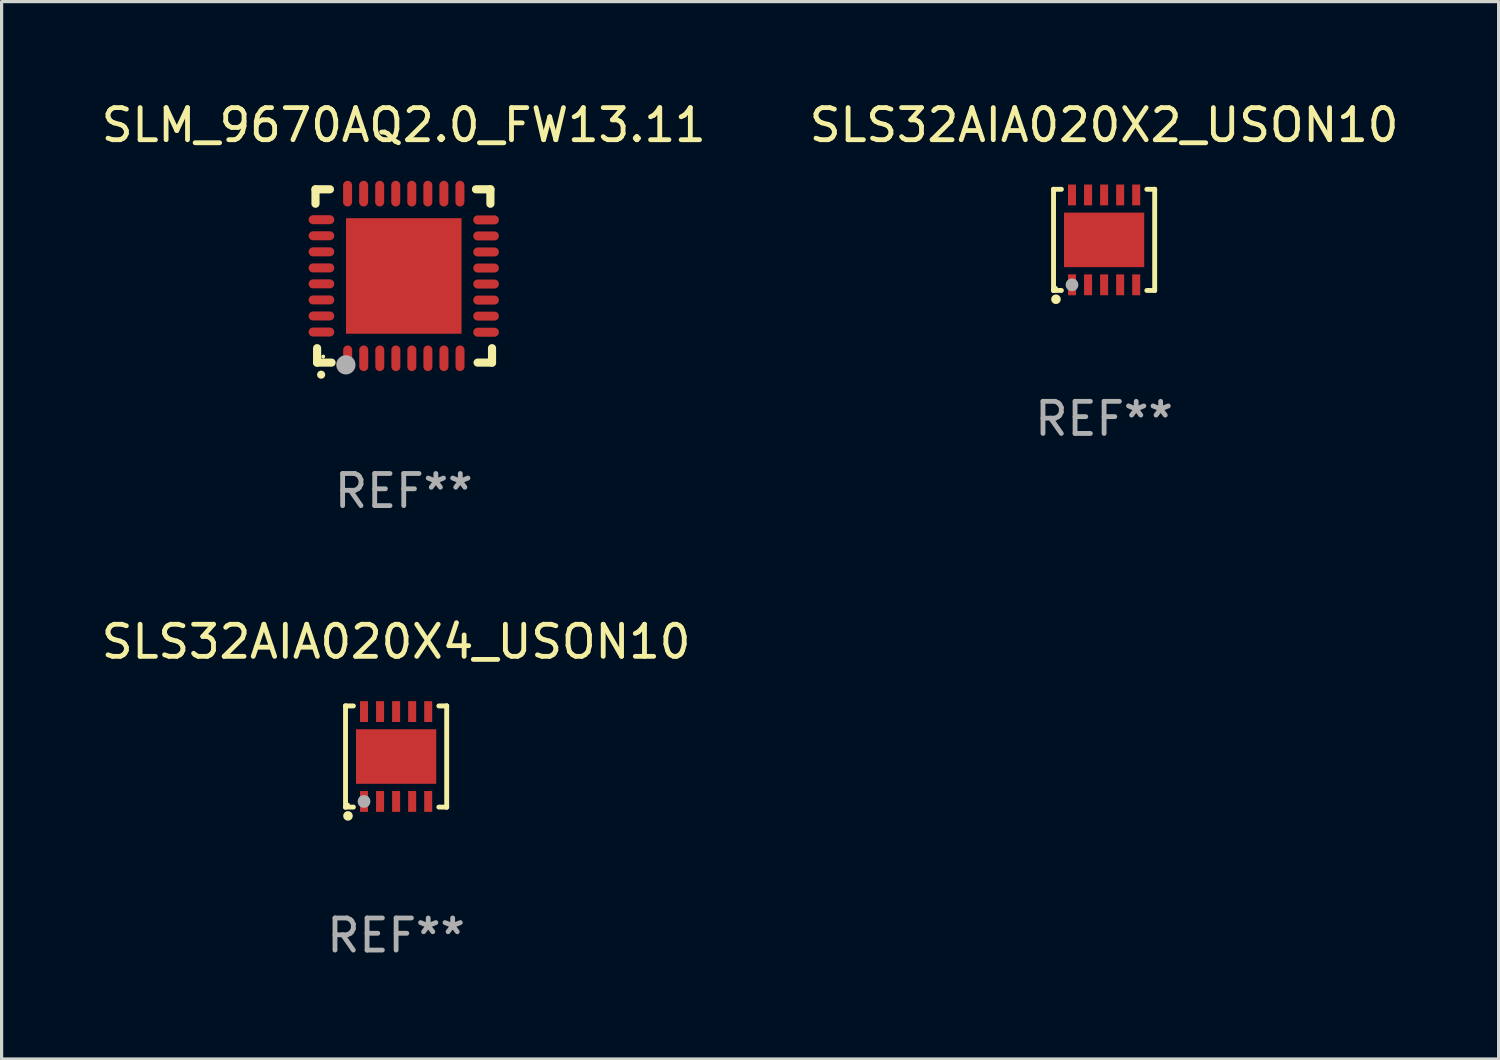
<source format=kicad_pcb>
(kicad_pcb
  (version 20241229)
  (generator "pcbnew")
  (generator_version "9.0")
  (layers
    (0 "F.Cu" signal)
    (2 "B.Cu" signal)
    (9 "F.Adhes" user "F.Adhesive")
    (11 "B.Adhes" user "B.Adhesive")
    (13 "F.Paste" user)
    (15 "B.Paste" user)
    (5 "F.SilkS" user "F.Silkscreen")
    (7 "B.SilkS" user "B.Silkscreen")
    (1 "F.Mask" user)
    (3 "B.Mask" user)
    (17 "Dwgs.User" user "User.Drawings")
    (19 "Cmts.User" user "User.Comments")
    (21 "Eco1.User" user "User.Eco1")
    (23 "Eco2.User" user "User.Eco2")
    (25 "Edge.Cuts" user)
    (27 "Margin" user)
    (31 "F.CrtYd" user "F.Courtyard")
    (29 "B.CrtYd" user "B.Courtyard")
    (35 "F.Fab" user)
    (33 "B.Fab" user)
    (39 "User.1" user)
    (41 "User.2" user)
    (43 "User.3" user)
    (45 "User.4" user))
  (footprint "SLM_9670AQ2.0_FW13.11"
    (layer "F.Cu")
    (at 9.53 5.548)
    (property "Reference" "SLM_9670AQ2.0_FW13.11" (at 0 -4.7 0) (layer "F.SilkS") (effects (font (size 1 1) (thickness 0.15))))
    (attr through_hole)
    (fp_line (start -2.75 -2.7) (end -2.75 -2.25) (stroke (width 0.254) (type solid)) (layer "F.SilkS"))
    (fp_line (start -2.7 2.7) (end -2.7 2.25) (stroke (width 0.254) (type solid)) (layer "F.SilkS"))
    (fp_line (start -2.3 -2.7) (end -2.75 -2.7) (stroke (width 0.254) (type solid)) (layer "F.SilkS"))
    (fp_line (start -2.25 2.7) (end -2.7 2.7) (stroke (width 0.254) (type solid)) (layer "F.SilkS"))
    (fp_line (start 2.3 2.7) (end 2.75 2.7) (stroke (width 0.254) (type solid)) (layer "F.SilkS"))
    (fp_line (start 2.7 -2.7) (end 2.25 -2.7) (stroke (width 0.254) (type solid)) (layer "F.SilkS"))
    (fp_line (start 2.7 -2.25) (end 2.7 -2.7) (stroke (width 0.254) (type solid)) (layer "F.SilkS"))
    (fp_line (start 2.75 2.7) (end 2.75 2.25) (stroke (width 0.254) (type solid)) (layer "F.SilkS"))
    (fp_arc (start -2.575565 3.075946) (mid -2.574295 3.07594) (end -2.573025 3.075946) (stroke (width 0.25) (type solid)) (layer "F.SilkS"))
    (fp_circle (center -2.51 2.51) (end -2.48 2.51) (stroke (width 0.06) (type solid)) (fill no) (layer "F.SilkS"))
    (fp_circle (center -1.803 2.769) (end -1.653 2.769) (stroke (width 0.3) (type solid)) (fill no) (layer "F.Fab"))
    (fp_text user "REF**" (at 0 6.7 0) (layer "F.Fab") (effects (font (size 1 1) (thickness 0.15))))
    (pad "1" smd oval (at -1.747 2.565) (size 0.28 0.8) (layers "F.Cu" "F.Mask" "F.Paste"))
    (pad "2" smd oval (at -1.247 2.565) (size 0.28 0.8) (layers "F.Cu" "F.Mask" "F.Paste"))
    (pad "3" smd oval (at -0.747 2.565) (size 0.28 0.8) (layers "F.Cu" "F.Mask" "F.Paste"))
    (pad "4" smd oval (at -0.246 2.565) (size 0.28 0.8) (layers "F.Cu" "F.Mask" "F.Paste"))
    (pad "5" smd oval (at 0.252 2.565) (size 0.28 0.8) (layers "F.Cu" "F.Mask" "F.Paste"))
    (pad "6" smd oval (at 0.752 2.565) (size 0.28 0.8) (layers "F.Cu" "F.Mask" "F.Paste"))
    (pad "7" smd oval (at 1.252 2.565) (size 0.28 0.8) (layers "F.Cu" "F.Mask" "F.Paste"))
    (pad "8" smd oval (at 1.753 2.565) (size 0.28 0.8) (layers "F.Cu" "F.Mask" "F.Paste"))
    (pad "9" smd oval (at 2.565 1.753) (size 0.8 0.28) (layers "F.Cu" "F.Mask" "F.Paste"))
    (pad "10" smd oval (at 2.565 1.252) (size 0.8 0.28) (layers "F.Cu" "F.Mask" "F.Paste"))
    (pad "11" smd oval (at 2.565 0.752) (size 0.8 0.28) (layers "F.Cu" "F.Mask" "F.Paste"))
    (pad "12" smd oval (at 2.565 0.252) (size 0.8 0.28) (layers "F.Cu" "F.Mask" "F.Paste"))
    (pad "13" smd oval (at 2.565 -0.246) (size 0.8 0.28) (layers "F.Cu" "F.Mask" "F.Paste"))
    (pad "14" smd oval (at 2.565 -0.747) (size 0.8 0.28) (layers "F.Cu" "F.Mask" "F.Paste"))
    (pad "15" smd oval (at 2.565 -1.247) (size 0.8 0.28) (layers "F.Cu" "F.Mask" "F.Paste"))
    (pad "16" smd oval (at 2.565 -1.747) (size 0.8 0.28) (layers "F.Cu" "F.Mask" "F.Paste"))
    (pad "17" smd oval (at 1.75 -2.565) (size 0.28 0.8) (layers "F.Cu" "F.Mask" "F.Paste"))
    (pad "18" smd oval (at 1.25 -2.565) (size 0.28 0.8) (layers "F.Cu" "F.Mask" "F.Paste"))
    (pad "19" smd oval (at 0.75 -2.565) (size 0.28 0.8) (layers "F.Cu" "F.Mask" "F.Paste"))
    (pad "20" smd oval (at 0.25 -2.565) (size 0.28 0.8) (layers "F.Cu" "F.Mask" "F.Paste"))
    (pad "21" smd oval (at -0.25 -2.565) (size 0.28 0.8) (layers "F.Cu" "F.Mask" "F.Paste"))
    (pad "22" smd oval (at -0.75 -2.565) (size 0.28 0.8) (layers "F.Cu" "F.Mask" "F.Paste"))
    (pad "23" smd oval (at -1.25 -2.565) (size 0.28 0.8) (layers "F.Cu" "F.Mask" "F.Paste"))
    (pad "24" smd oval (at -1.75 -2.565) (size 0.28 0.8) (layers "F.Cu" "F.Mask" "F.Paste"))
    (pad "25" smd oval (at -2.565 -1.753) (size 0.8 0.28) (layers "F.Cu" "F.Mask" "F.Paste"))
    (pad "26" smd oval (at -2.565 -1.252) (size 0.8 0.28) (layers "F.Cu" "F.Mask" "F.Paste"))
    (pad "27" smd oval (at -2.565 -0.752) (size 0.8 0.28) (layers "F.Cu" "F.Mask" "F.Paste"))
    (pad "28" smd oval (at -2.565 -0.251) (size 0.8 0.28) (layers "F.Cu" "F.Mask" "F.Paste"))
    (pad "29" smd oval (at -2.565 0.246) (size 0.8 0.28) (layers "F.Cu" "F.Mask" "F.Paste"))
    (pad "30" smd oval (at -2.565 0.747) (size 0.8 0.28) (layers "F.Cu" "F.Mask" "F.Paste"))
    (pad "31" smd oval (at -2.565 1.247) (size 0.8 0.28) (layers "F.Cu" "F.Mask" "F.Paste"))
    (pad "32" smd oval (at -2.565 1.748) (size 0.8 0.28) (layers "F.Cu" "F.Mask" "F.Paste"))
    (pad "33" smd rect (at 0.000076 0.000076) (size 3.6 3.6) (layers "F.Cu" "F.Mask" "F.Paste")))
  (footprint "SLS32AIA020X2_USON10"
    (layer "F.Cu")
    (at 31.351 4.424)
    (property "Reference" "SLS32AIA020X2_USON10" (at 0 -3.576 0) (layer "F.SilkS") (effects (font (size 1 1) (thickness 0.15))))
    (attr through_hole)
    (fp_line (start -1.576 -1.576) (end -1.576 -1.576) (stroke (width 0.152) (type solid)) (layer "F.SilkS"))
    (fp_line (start -1.576 -1.576) (end -1.331 -1.576) (stroke (width 0.152) (type solid)) (layer "F.SilkS"))
    (fp_line (start -1.576 1.576) (end -1.576 -1.576) (stroke (width 0.152) (type solid)) (layer "F.SilkS"))
    (fp_line (start -1.576 1.576) (end -1.576 1.576) (stroke (width 0.152) (type solid)) (layer "F.SilkS"))
    (fp_line (start -1.331 1.576) (end -1.576 1.576) (stroke (width 0.152) (type solid)) (layer "F.SilkS"))
    (fp_line (start 1.331 1.576) (end 1.576 1.576) (stroke (width 0.152) (type solid)) (layer "F.SilkS"))
    (fp_line (start 1.576 -1.576) (end 1.331 -1.576) (stroke (width 0.152) (type solid)) (layer "F.SilkS"))
    (fp_line (start 1.576 -1.576) (end 1.576 -1.576) (stroke (width 0.152) (type solid)) (layer "F.SilkS"))
    (fp_line (start 1.576 1.576) (end 1.576 -1.576) (stroke (width 0.152) (type solid)) (layer "F.SilkS"))
    (fp_line (start 1.576 1.576) (end 1.576 1.576) (stroke (width 0.152) (type solid)) (layer "F.SilkS"))
    (fp_circle (center -1.5 1.5) (end -1.47 1.5) (stroke (width 0.06) (type solid)) (fill no) (layer "F.SilkS"))
    (fp_circle (center -1.5 1.85) (end -1.425 1.85) (stroke (width 0.15) (type solid)) (fill no) (layer "F.SilkS"))
    (fp_circle (center -1 1.4) (end -0.9 1.4) (stroke (width 0.2) (type solid)) (fill no) (layer "F.Fab"))
    (fp_text user "REF**" (at 0 5.576 0) (layer "F.Fab") (effects (font (size 1 1) (thickness 0.15))))
    (pad "1" smd rect (at -1 1.4) (size 0.25 0.65) (layers "F.Cu" "F.Mask" "F.Paste"))
    (pad "2" smd rect (at -0.5 1.4) (size 0.25 0.65) (layers "F.Cu" "F.Mask" "F.Paste"))
    (pad "3" smd rect (at 0 1.4) (size 0.25 0.65) (layers "F.Cu" "F.Mask" "F.Paste"))
    (pad "4" smd rect (at 0.5 1.4) (size 0.25 0.65) (layers "F.Cu" "F.Mask" "F.Paste"))
    (pad "5" smd rect (at 1 1.4) (size 0.25 0.65) (layers "F.Cu" "F.Mask" "F.Paste"))
    (pad "6" smd rect (at 1 -1.4) (size 0.25 0.65) (layers "F.Cu" "F.Mask" "F.Paste"))
    (pad "7" smd rect (at 0.5 -1.4) (size 0.25 0.65) (layers "F.Cu" "F.Mask" "F.Paste"))
    (pad "8" smd rect (at 0 -1.4) (size 0.25 0.65) (layers "F.Cu" "F.Mask" "F.Paste"))
    (pad "9" smd rect (at -0.5 -1.4) (size 0.25 0.65) (layers "F.Cu" "F.Mask" "F.Paste"))
    (pad "10" smd rect (at -1 -1.4) (size 0.25 0.65) (layers "F.Cu" "F.Mask" "F.Paste"))
    (pad "11" smd rect (at 0 0) (size 2.5 1.7) (layers "F.Cu" "F.Mask" "F.Paste")))
  (footprint "SLS32AIA020X4_USON10"
    (layer "F.Cu")
    (at 9.292 20.521)
    (property "Reference" "SLS32AIA020X4_USON10" (at 0 -3.576 0) (layer "F.SilkS") (effects (font (size 1 1) (thickness 0.15))))
    (attr through_hole)
    (fp_line (start -1.576 -1.576) (end -1.576 -1.576) (stroke (width 0.152) (type solid)) (layer "F.SilkS"))
    (fp_line (start -1.576 -1.576) (end -1.331 -1.576) (stroke (width 0.152) (type solid)) (layer "F.SilkS"))
    (fp_line (start -1.576 1.576) (end -1.576 -1.576) (stroke (width 0.152) (type solid)) (layer "F.SilkS"))
    (fp_line (start -1.576 1.576) (end -1.576 1.576) (stroke (width 0.152) (type solid)) (layer "F.SilkS"))
    (fp_line (start -1.331 1.576) (end -1.576 1.576) (stroke (width 0.152) (type solid)) (layer "F.SilkS"))
    (fp_line (start 1.331 1.576) (end 1.576 1.576) (stroke (width 0.152) (type solid)) (layer "F.SilkS"))
    (fp_line (start 1.576 -1.576) (end 1.331 -1.576) (stroke (width 0.152) (type solid)) (layer "F.SilkS"))
    (fp_line (start 1.576 -1.576) (end 1.576 -1.576) (stroke (width 0.152) (type solid)) (layer "F.SilkS"))
    (fp_line (start 1.576 1.576) (end 1.576 -1.576) (stroke (width 0.152) (type solid)) (layer "F.SilkS"))
    (fp_line (start 1.576 1.576) (end 1.576 1.576) (stroke (width 0.152) (type solid)) (layer "F.SilkS"))
    (fp_circle (center -1.5 1.5) (end -1.47 1.5) (stroke (width 0.06) (type solid)) (fill no) (layer "F.SilkS"))
    (fp_circle (center -1.5 1.85) (end -1.425 1.85) (stroke (width 0.15) (type solid)) (fill no) (layer "F.SilkS"))
    (fp_circle (center -1 1.4) (end -0.9 1.4) (stroke (width 0.2) (type solid)) (fill no) (layer "F.Fab"))
    (fp_text user "REF**" (at 0 5.576 0) (layer "F.Fab") (effects (font (size 1 1) (thickness 0.15))))
    (pad "1" smd rect (at -1 1.4) (size 0.25 0.65) (layers "F.Cu" "F.Mask" "F.Paste"))
    (pad "2" smd rect (at -0.5 1.4) (size 0.25 0.65) (layers "F.Cu" "F.Mask" "F.Paste"))
    (pad "3" smd rect (at 0 1.4) (size 0.25 0.65) (layers "F.Cu" "F.Mask" "F.Paste"))
    (pad "4" smd rect (at 0.5 1.4) (size 0.25 0.65) (layers "F.Cu" "F.Mask" "F.Paste"))
    (pad "5" smd rect (at 1 1.4) (size 0.25 0.65) (layers "F.Cu" "F.Mask" "F.Paste"))
    (pad "6" smd rect (at 1 -1.4) (size 0.25 0.65) (layers "F.Cu" "F.Mask" "F.Paste"))
    (pad "7" smd rect (at 0.5 -1.4) (size 0.25 0.65) (layers "F.Cu" "F.Mask" "F.Paste"))
    (pad "8" smd rect (at 0 -1.4) (size 0.25 0.65) (layers "F.Cu" "F.Mask" "F.Paste"))
    (pad "9" smd rect (at -0.5 -1.4) (size 0.25 0.65) (layers "F.Cu" "F.Mask" "F.Paste"))
    (pad "10" smd rect (at -1 -1.4) (size 0.25 0.65) (layers "F.Cu" "F.Mask" "F.Paste"))
    (pad "11" smd rect (at 0 0) (size 2.5 1.7) (layers "F.Cu" "F.Mask" "F.Paste")))
  (gr_rect
    (start -3 -3)
    (end 43.643 29.945)
    (stroke (width 0.1) (type default))
    (fill no)
    (layer "Edge.Cuts")))
</source>
